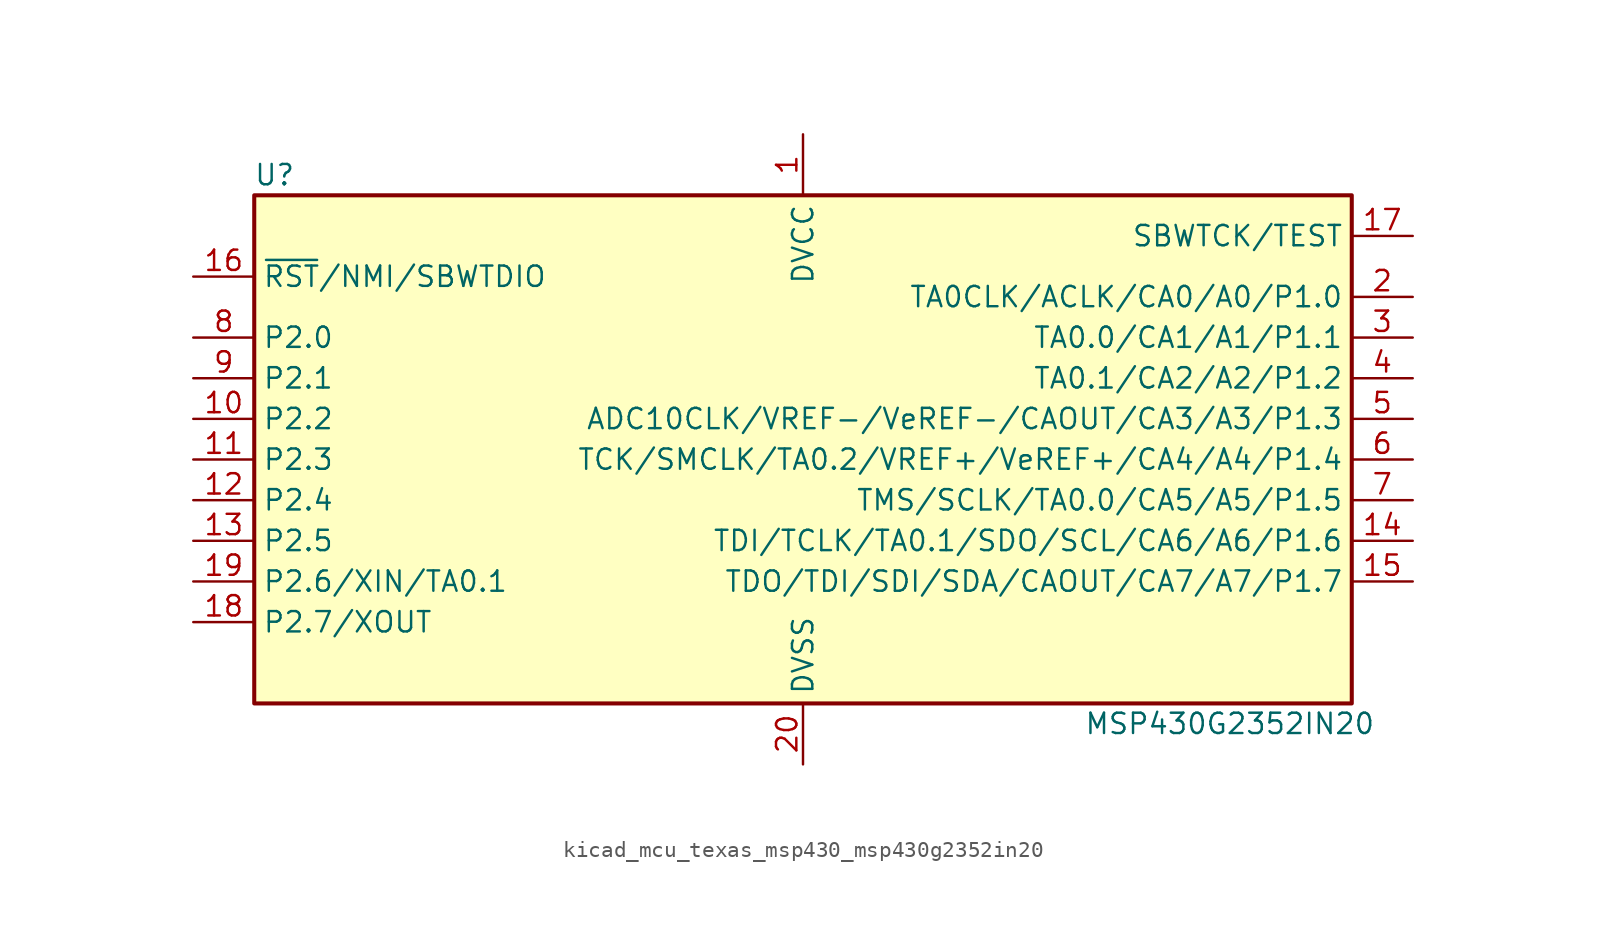
<source format=kicad_sym>
(kicad_symbol_lib
  (version 20220914)
  (generator kicad_symbol_editor)
  (symbol "kicad_mcu_texas_msp430_msp430g2352in20"
    (property "Reference" "U"
      (at -33.02 17.78 0)
      (effects (font (size 1.27 1.27))))
    (property "Value" "MSP430G2352IN20"
      (at 26.67 -16.51 0)
      (effects (font (size 1.27 1.27))))
    (symbol "kicad_mcu_texas_msp430_msp430g2352in20_0_1"
      (rectangle (start -34.29 16.51) (end 34.29 -15.24) (stroke (width 0.254) (type default)) (fill (type background))))
    (symbol "kicad_mcu_texas_msp430_msp430g2352in20_1_1"
      (pin power_in line (at 0 20.32 270) (length 3.81) (name "DVCC" (effects (font (size 1.27 1.27)))) (number "1" (effects (font (size 1.27 1.27)))))
      (pin bidirectional line (at -38.1 2.54 0) (length 3.81) (name "P2.2" (effects (font (size 1.27 1.27)))) (number "10" (effects (font (size 1.27 1.27)))))
      (pin bidirectional line (at -38.1 0 0) (length 3.81) (name "P2.3" (effects (font (size 1.27 1.27)))) (number "11" (effects (font (size 1.27 1.27)))))
      (pin bidirectional line (at -38.1 -2.54 0) (length 3.81) (name "P2.4" (effects (font (size 1.27 1.27)))) (number "12" (effects (font (size 1.27 1.27)))))
      (pin bidirectional line (at -38.1 -5.08 0) (length 3.81) (name "P2.5" (effects (font (size 1.27 1.27)))) (number "13" (effects (font (size 1.27 1.27)))))
      (pin bidirectional line (at 38.1 -5.08 180) (length 3.81) (name "TDI/TCLK/TA0.1/SDO/SCL/CA6/A6/P1.6" (effects (font (size 1.27 1.27)))) (number "14" (effects (font (size 1.27 1.27)))))
      (pin bidirectional line (at 38.1 -7.62 180) (length 3.81) (name "TDO/TDI/SDI/SDA/CAOUT/CA7/A7/P1.7" (effects (font (size 1.27 1.27)))) (number "15" (effects (font (size 1.27 1.27)))))
      (pin input line (at -38.1 11.43 0) (length 3.81) (name "~{RST}/NMI/SBWTDIO" (effects (font (size 1.27 1.27)))) (number "16" (effects (font (size 1.27 1.27)))))
      (pin input line (at 38.1 13.97 180) (length 3.81) (name "SBWTCK/TEST" (effects (font (size 1.27 1.27)))) (number "17" (effects (font (size 1.27 1.27)))))
      (pin bidirectional line (at -38.1 -10.16 0) (length 3.81) (name "P2.7/XOUT" (effects (font (size 1.27 1.27)))) (number "18" (effects (font (size 1.27 1.27)))))
      (pin bidirectional line (at -38.1 -7.62 0) (length 3.81) (name "P2.6/XIN/TA0.1" (effects (font (size 1.27 1.27)))) (number "19" (effects (font (size 1.27 1.27)))))
      (pin bidirectional line (at 38.1 10.16 180) (length 3.81) (name "TA0CLK/ACLK/CA0/A0/P1.0" (effects (font (size 1.27 1.27)))) (number "2" (effects (font (size 1.27 1.27)))))
      (pin power_in line (at 0 -19.05 90) (length 3.81) (name "DVSS" (effects (font (size 1.27 1.27)))) (number "20" (effects (font (size 1.27 1.27)))))
      (pin bidirectional line (at 38.1 7.62 180) (length 3.81) (name "TA0.0/CA1/A1/P1.1" (effects (font (size 1.27 1.27)))) (number "3" (effects (font (size 1.27 1.27)))))
      (pin bidirectional line (at 38.1 5.08 180) (length 3.81) (name "TA0.1/CA2/A2/P1.2" (effects (font (size 1.27 1.27)))) (number "4" (effects (font (size 1.27 1.27)))))
      (pin bidirectional line (at 38.1 2.54 180) (length 3.81) (name "ADC10CLK/VREF-/VeREF-/CAOUT/CA3/A3/P1.3" (effects (font (size 1.27 1.27)))) (number "5" (effects (font (size 1.27 1.27)))))
      (pin bidirectional line (at 38.1 0 180) (length 3.81) (name "TCK/SMCLK/TA0.2/VREF+/VeREF+/CA4/A4/P1.4" (effects (font (size 1.27 1.27)))) (number "6" (effects (font (size 1.27 1.27)))))
      (pin bidirectional line (at 38.1 -2.54 180) (length 3.81) (name "TMS/SCLK/TA0.0/CA5/A5/P1.5" (effects (font (size 1.27 1.27)))) (number "7" (effects (font (size 1.27 1.27)))))
      (pin bidirectional line (at -38.1 7.62 0) (length 3.81) (name "P2.0" (effects (font (size 1.27 1.27)))) (number "8" (effects (font (size 1.27 1.27)))))
      (pin bidirectional line (at -38.1 5.08 0) (length 3.81) (name "P2.1" (effects (font (size 1.27 1.27)))) (number "9" (effects (font (size 1.27 1.27))))))))
</source>
